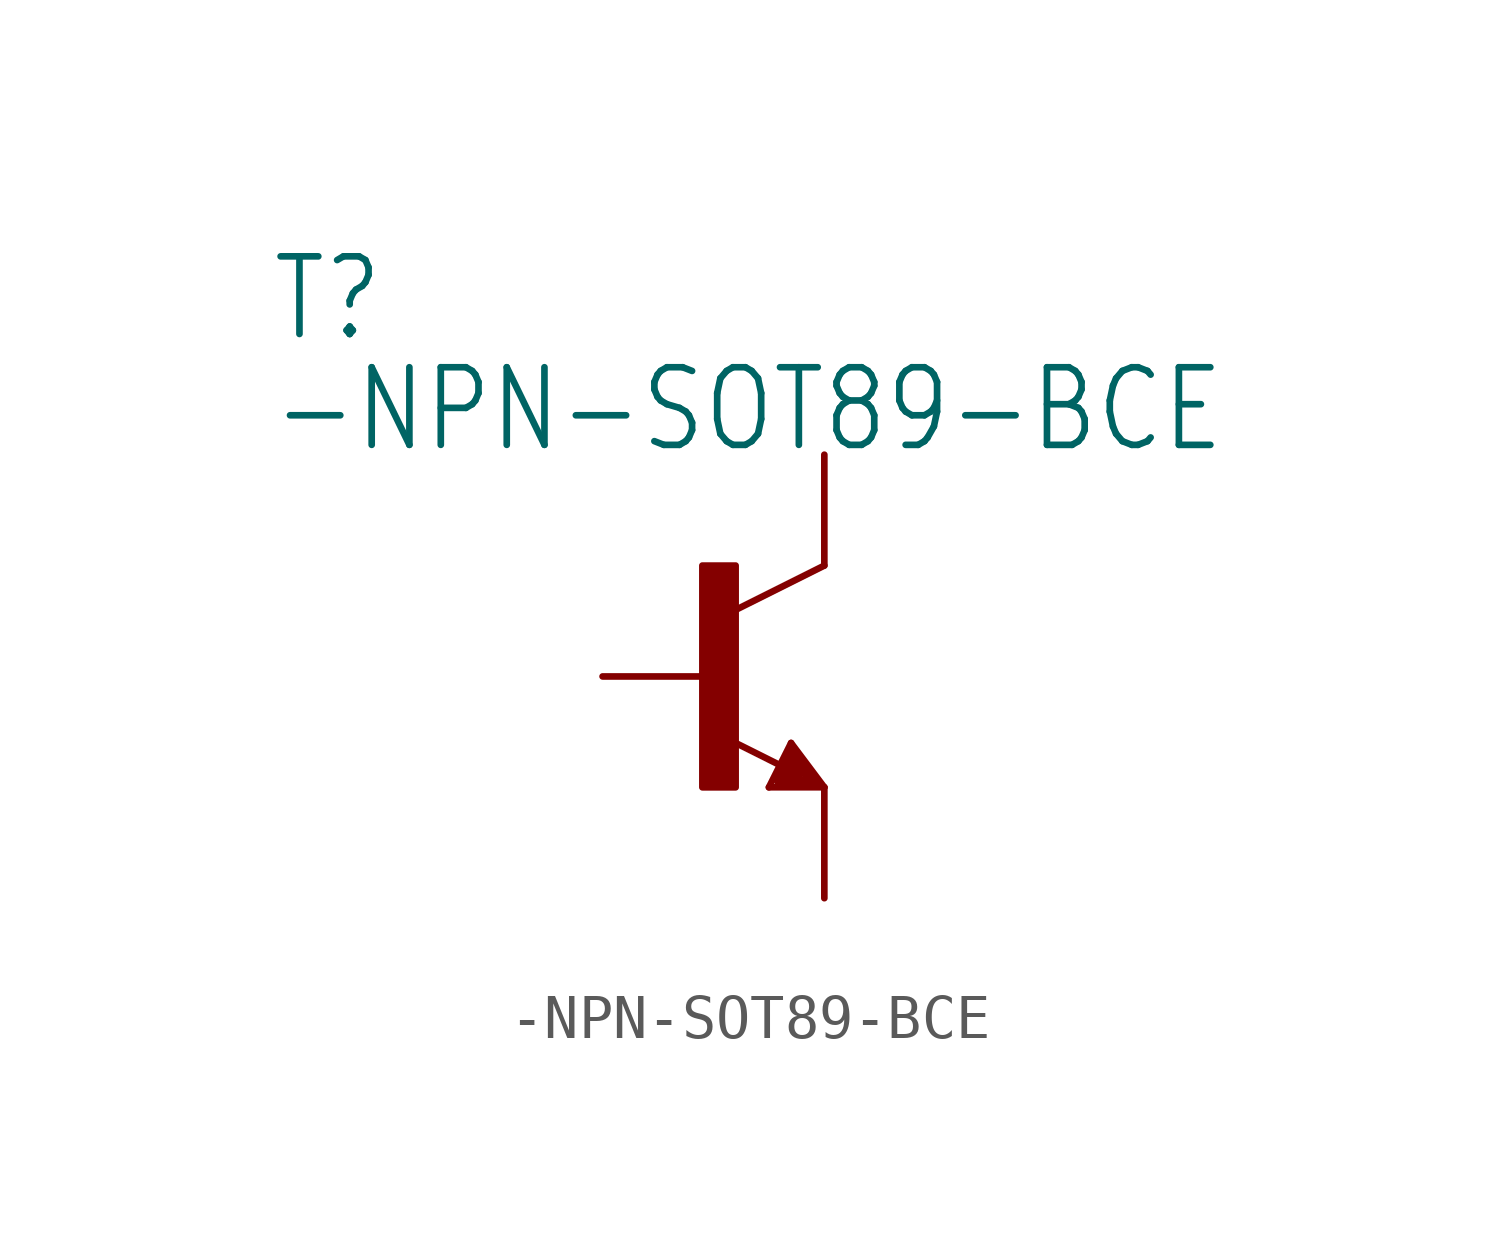
<source format=kicad_sym>
(kicad_symbol_lib
  (version 20210619)
  (generator kicad_symbol_editor)
  (symbol "-NPN-SOT89-BCE"
    (property "Reference" "T"
      (at -10.16 7.62 0)
      (effects (font (size 1.778 1.511)) (justify left bottom)))
    (property "Value" "-NPN-SOT89-BCE"
      (at -10.16 5.08 0)
      (effects (font (size 1.778 1.511)) (justify left bottom)))
    (property "ki_locked" ""
      (at 0 0 0)
      (effects (font (size 1.27 1.27))))
    (symbol "-NPN-SOT89-BCE_1_0"
      (rectangle (start -0.254 -2.54) (end 0.508 2.54) (stroke (width 0)) (fill (type outline)))
      (polyline (pts (xy 1.27 -2.54) (xy 1.778 -1.524)) (stroke (width 0.152)) (fill (type none)))
      (polyline (pts (xy 1.524 -2.413) (xy 2.286 -2.413)) (stroke (width 0.254)) (fill (type none)))
      (polyline (pts (xy 1.524 -2.286) (xy 1.905 -2.286)) (stroke (width 0.254)) (fill (type none)))
      (polyline (pts (xy 1.54 -2.04) (xy 0.308 -1.424)) (stroke (width 0.152)) (fill (type none)))
      (polyline (pts (xy 1.778 -1.778) (xy 1.524 -2.286)) (stroke (width 0.254)) (fill (type none)))
      (polyline (pts (xy 1.778 -1.524) (xy 2.54 -2.54)) (stroke (width 0.152)) (fill (type none)))
      (polyline (pts (xy 1.905 -2.286) (xy 1.778 -2.032)) (stroke (width 0.254)) (fill (type none)))
      (polyline (pts (xy 2.286 -2.413) (xy 1.778 -1.778)) (stroke (width 0.254)) (fill (type none)))
      (polyline (pts (xy 2.54 -2.54) (xy 1.27 -2.54)) (stroke (width 0.152)) (fill (type none)))
      (polyline (pts (xy 2.54 2.54) (xy 0.508 1.524)) (stroke (width 0.152)) (fill (type none)))
      (pin passive line (at -2.54 0 0) (length 2.54) (name "B" (effects (font (size 0 0)))) (number "B" (effects (font (size 0 0)))))
      (pin passive line (at 2.54 5.08 270) (length 2.54) (name "C" (effects (font (size 0 0)))) (number "C" (effects (font (size 0 0)))))
      (pin passive line (at 2.54 -5.08 90) (length 2.54) (name "E" (effects (font (size 0 0)))) (number "E" (effects (font (size 0 0))))))))
</source>
